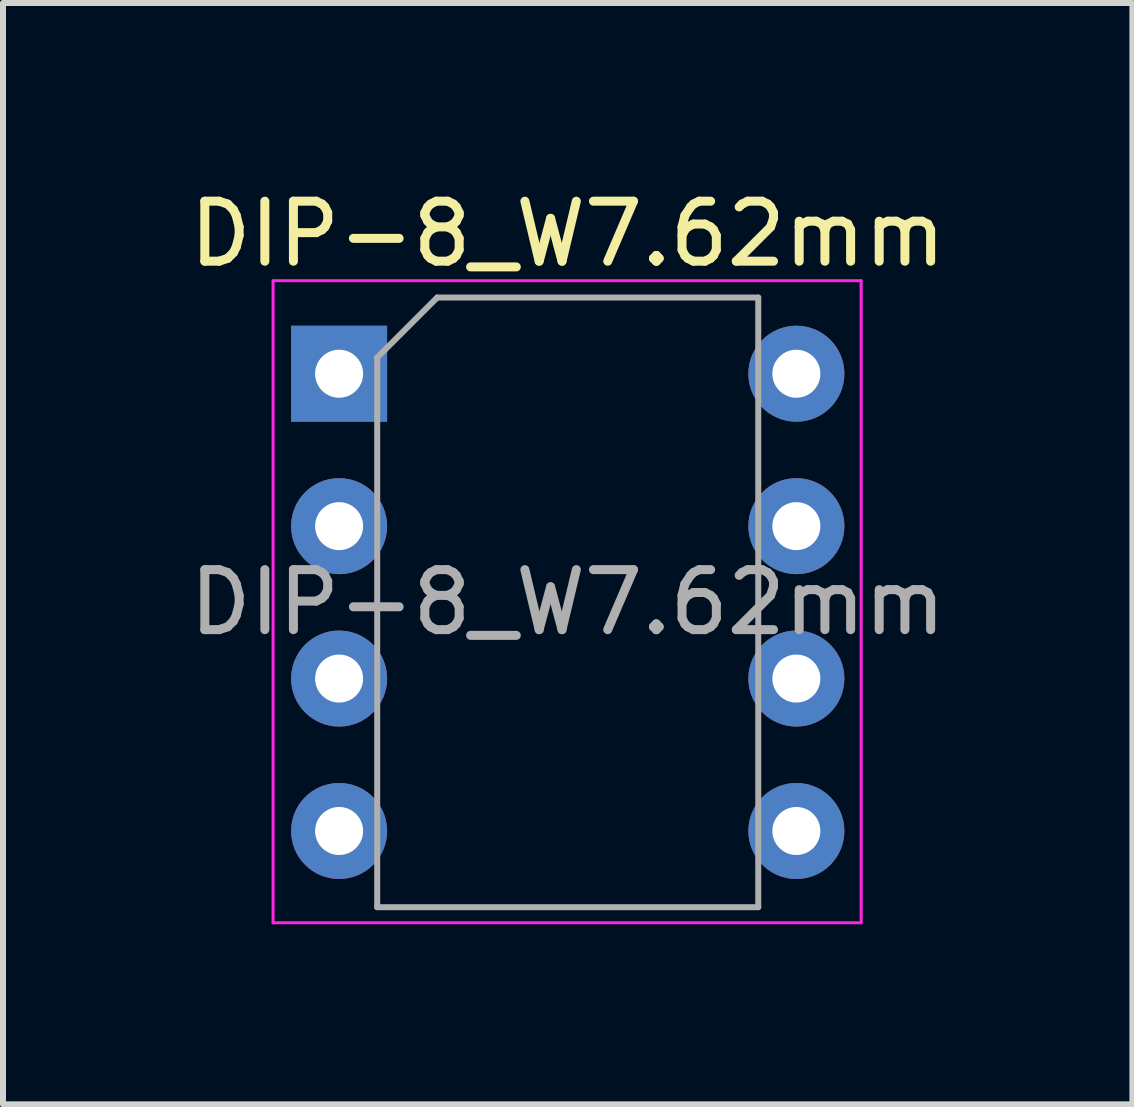
<source format=kicad_pcb>
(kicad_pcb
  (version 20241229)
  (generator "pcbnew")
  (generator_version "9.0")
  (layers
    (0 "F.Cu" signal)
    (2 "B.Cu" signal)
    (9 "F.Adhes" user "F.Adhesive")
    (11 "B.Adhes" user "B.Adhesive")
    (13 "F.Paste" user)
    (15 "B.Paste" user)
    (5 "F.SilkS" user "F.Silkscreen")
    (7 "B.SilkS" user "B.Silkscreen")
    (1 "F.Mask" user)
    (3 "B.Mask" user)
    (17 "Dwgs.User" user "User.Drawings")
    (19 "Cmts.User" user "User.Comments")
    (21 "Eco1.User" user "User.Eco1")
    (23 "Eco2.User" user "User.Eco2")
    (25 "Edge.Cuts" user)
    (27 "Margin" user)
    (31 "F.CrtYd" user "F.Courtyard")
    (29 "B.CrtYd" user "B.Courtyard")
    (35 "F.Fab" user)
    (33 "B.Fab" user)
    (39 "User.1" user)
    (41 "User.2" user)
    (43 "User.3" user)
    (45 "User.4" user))
  (footprint "DIP-8_W7.62mm"
    (layer "F.Cu")
    (at 2.601 3.178)
    (property "Reference" "DIP-8_W7.62mm" (at 3.81 -2.33 0) (layer "F.SilkS") (effects (font (size 1 1) (thickness 0.15))))
    (attr through_hole)
    (fp_line (start -1.1 -1.55) (end -1.1 9.15) (stroke (width 0.05) (type solid)) (layer "F.CrtYd"))
    (fp_line (start -1.1 9.15) (end 8.7 9.15) (stroke (width 0.05) (type solid)) (layer "F.CrtYd"))
    (fp_line (start 8.7 -1.55) (end -1.1 -1.55) (stroke (width 0.05) (type solid)) (layer "F.CrtYd"))
    (fp_line (start 8.7 9.15) (end 8.7 -1.55) (stroke (width 0.05) (type solid)) (layer "F.CrtYd"))
    (fp_line (start 0.635 -0.27) (end 1.635 -1.27) (stroke (width 0.1) (type solid)) (layer "F.Fab"))
    (fp_line (start 0.635 8.89) (end 0.635 -0.27) (stroke (width 0.1) (type solid)) (layer "F.Fab"))
    (fp_line (start 1.635 -1.27) (end 6.985 -1.27) (stroke (width 0.1) (type solid)) (layer "F.Fab"))
    (fp_line (start 6.985 -1.27) (end 6.985 8.89) (stroke (width 0.1) (type solid)) (layer "F.Fab"))
    (fp_line (start 6.985 8.89) (end 0.635 8.89) (stroke (width 0.1) (type solid)) (layer "F.Fab"))
    (fp_text user "${REFERENCE}" (at 3.81 3.81 0) (layer "F.Fab") (effects (font (size 1 1) (thickness 0.15))))
    (pad "1" thru_hole rect (at 0 0) (size 1.6 1.6) (drill 0.8) (layers "*.Cu" "*.Mask"))
    (pad "2" thru_hole oval (at 0 2.54) (size 1.6 1.6) (drill 0.8) (layers "*.Cu" "*.Mask"))
    (pad "3" thru_hole oval (at 0 5.08) (size 1.6 1.6) (drill 0.8) (layers "*.Cu" "*.Mask"))
    (pad "4" thru_hole oval (at 0 7.62) (size 1.6 1.6) (drill 0.8) (layers "*.Cu" "*.Mask"))
    (pad "5" thru_hole oval (at 7.62 7.62) (size 1.6 1.6) (drill 0.8) (layers "*.Cu" "*.Mask"))
    (pad "6" thru_hole oval (at 7.62 5.08) (size 1.6 1.6) (drill 0.8) (layers "*.Cu" "*.Mask"))
    (pad "7" thru_hole oval (at 7.62 2.54) (size 1.6 1.6) (drill 0.8) (layers "*.Cu" "*.Mask"))
    (pad "8" thru_hole oval (at 7.62 0) (size 1.6 1.6) (drill 0.8) (layers "*.Cu" "*.Mask")))
  (gr_rect
    (start -3 -3)
    (end 15.821 15.353)
    (stroke (width 0.1) (type default))
    (fill no)
    (layer "Edge.Cuts")))
</source>
